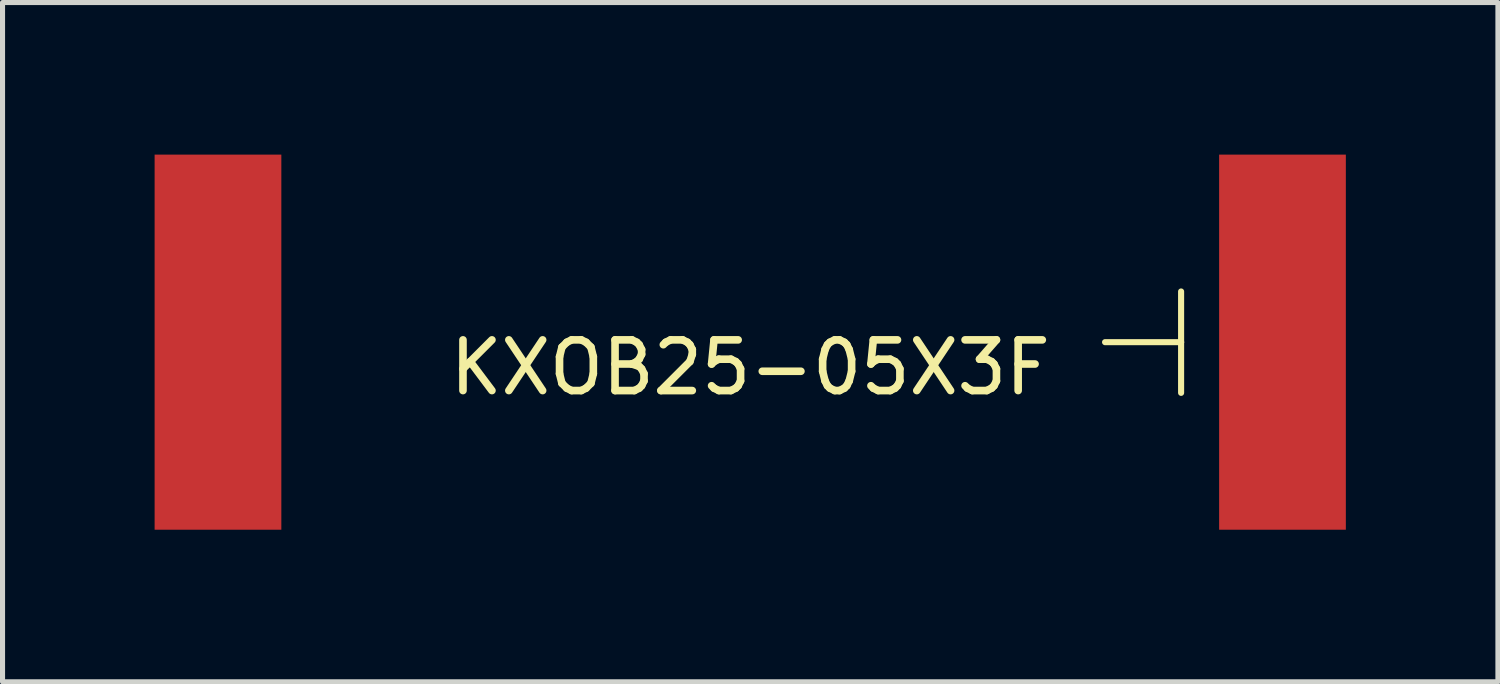
<source format=kicad_pcb>
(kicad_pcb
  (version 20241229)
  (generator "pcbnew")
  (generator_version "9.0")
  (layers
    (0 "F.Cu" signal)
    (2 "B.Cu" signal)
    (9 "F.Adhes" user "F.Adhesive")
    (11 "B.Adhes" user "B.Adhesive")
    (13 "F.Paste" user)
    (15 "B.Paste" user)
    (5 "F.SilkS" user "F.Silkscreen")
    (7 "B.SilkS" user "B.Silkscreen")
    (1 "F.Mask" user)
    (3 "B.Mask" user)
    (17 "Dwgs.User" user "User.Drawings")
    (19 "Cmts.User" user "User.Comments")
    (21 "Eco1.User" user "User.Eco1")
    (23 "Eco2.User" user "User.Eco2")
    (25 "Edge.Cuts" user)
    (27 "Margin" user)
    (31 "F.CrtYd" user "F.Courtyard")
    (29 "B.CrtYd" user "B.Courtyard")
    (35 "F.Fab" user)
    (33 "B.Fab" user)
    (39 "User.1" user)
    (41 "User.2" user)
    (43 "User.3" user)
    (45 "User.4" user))
  (footprint "KXOB25-05X3F"
    (layer "F.Cu")
    (at 11.75 3.7)
    (property "Reference" "KXOB25-05X3F" (at 0 0.5 0) (layer "F.SilkS") (effects (font (size 1 1) (thickness 0.15))))
    (attr through_hole)
    (fp_line (start 7 0) (end 8.5 0) (stroke (width 0.12) (type solid)) (layer "F.SilkS"))
    (fp_line (start 8.5 0) (end 8.5 -1) (stroke (width 0.12) (type solid)) (layer "F.SilkS"))
    (fp_line (start 8.5 0) (end 8.5 1) (stroke (width 0.12) (type solid)) (layer "F.SilkS"))
    (pad "1" smd rect (at -10.5 0) (size 2.5 7.4) (layers "F.Cu" "F.Mask" "F.Paste"))
    (pad "2" smd rect (at 10.5 0) (size 2.5 7.4) (layers "F.Cu" "F.Mask" "F.Paste")))
  (gr_rect
    (start -3 -3)
    (end 26.5 10.4)
    (stroke (width 0.1) (type default))
    (fill no)
    (layer "Edge.Cuts")))
</source>
